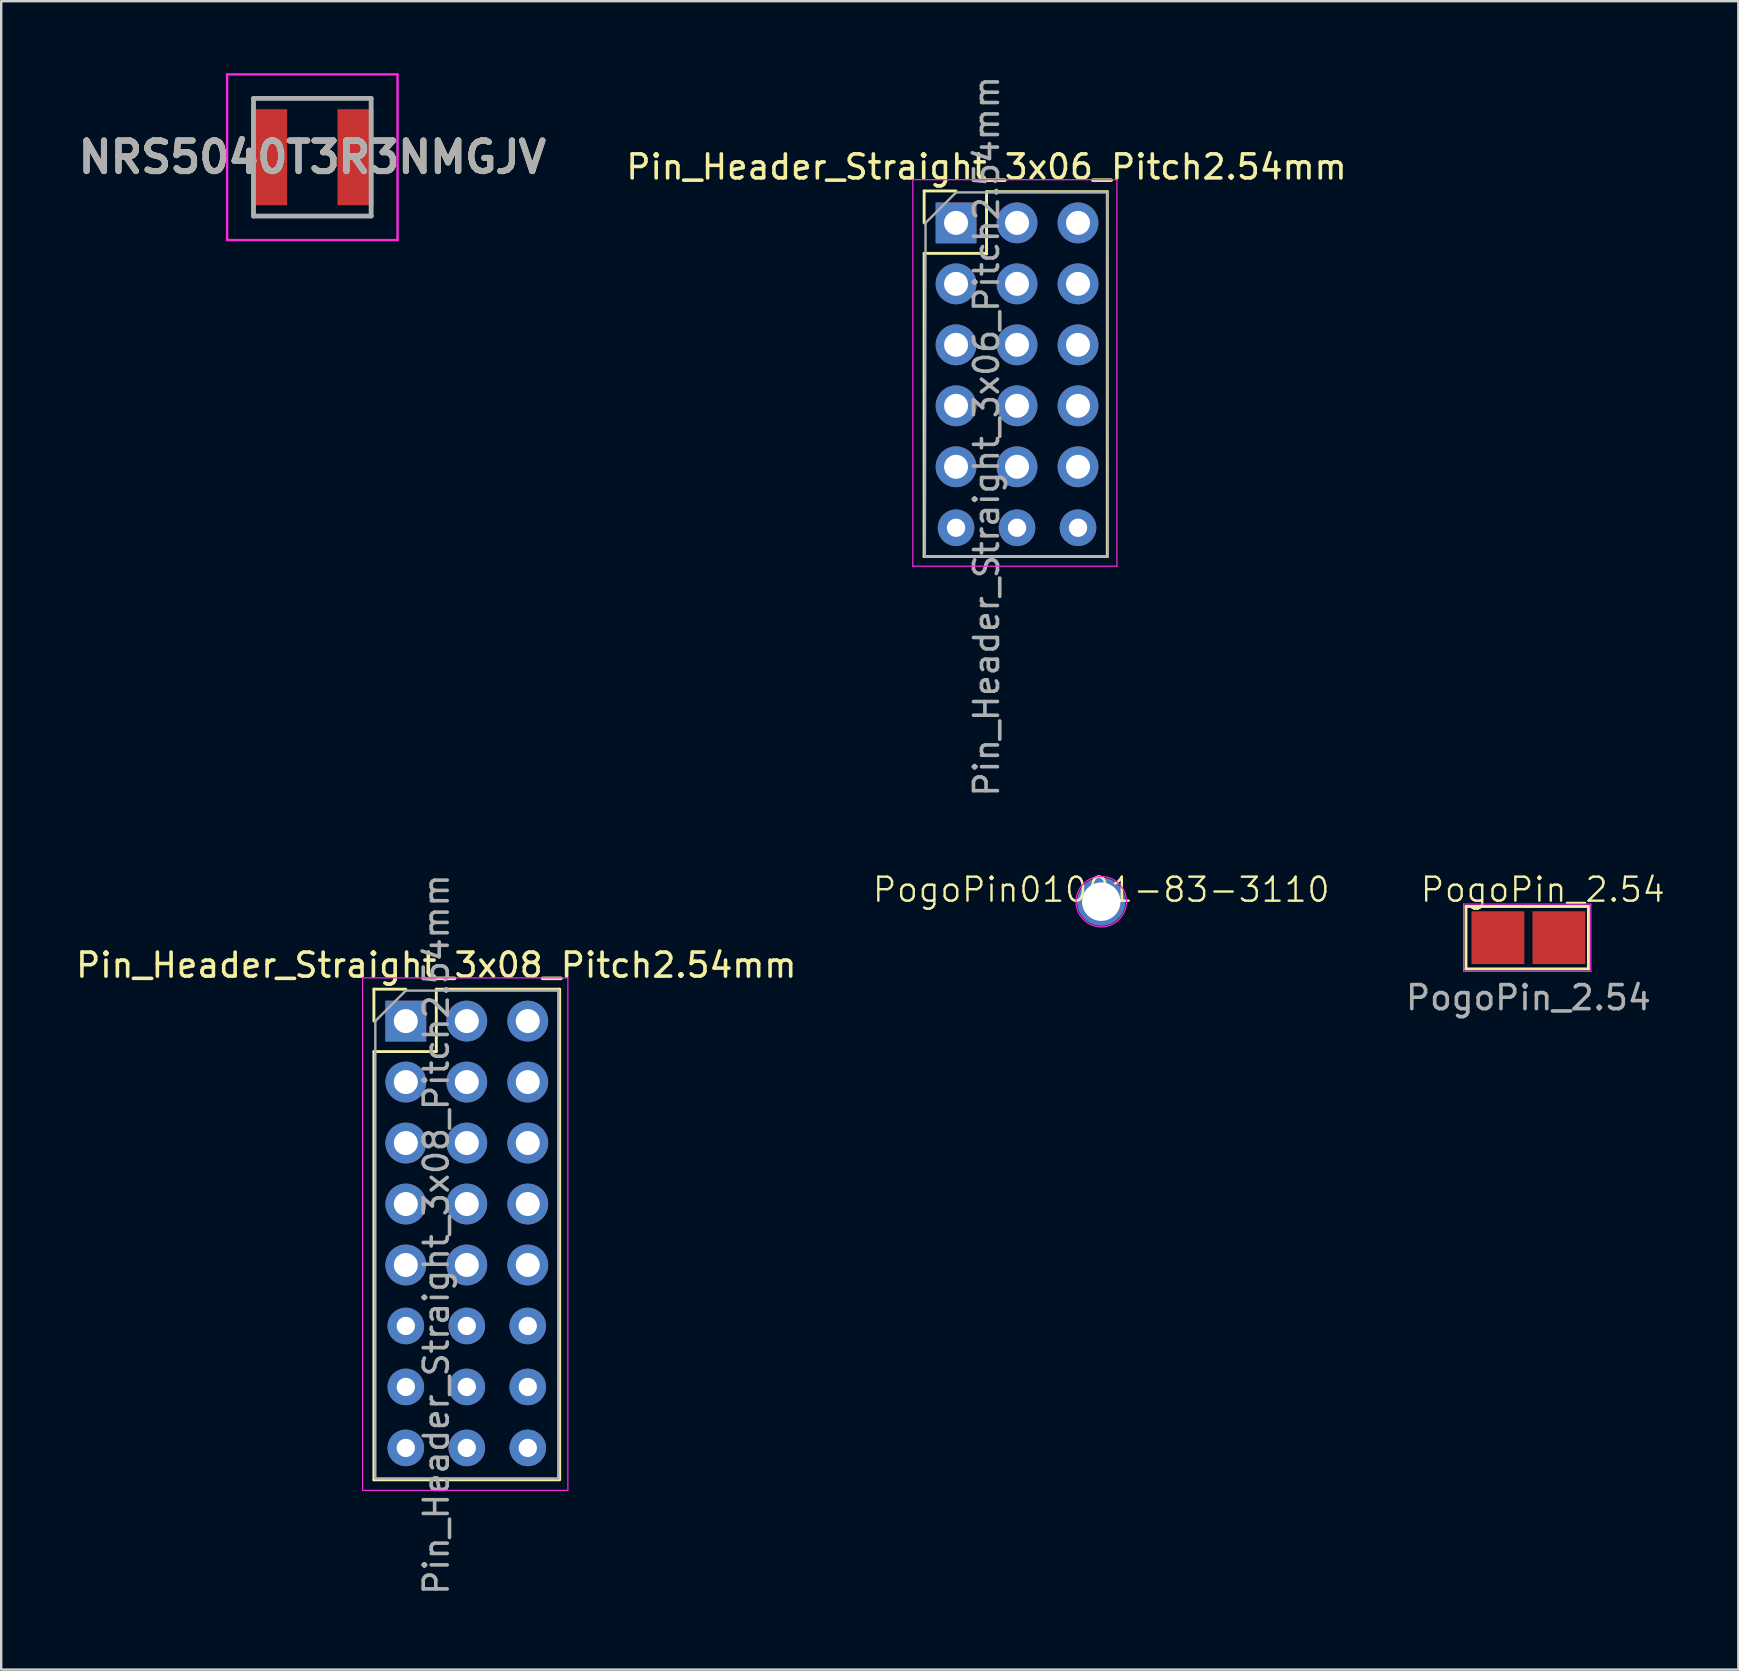
<source format=kicad_pcb>
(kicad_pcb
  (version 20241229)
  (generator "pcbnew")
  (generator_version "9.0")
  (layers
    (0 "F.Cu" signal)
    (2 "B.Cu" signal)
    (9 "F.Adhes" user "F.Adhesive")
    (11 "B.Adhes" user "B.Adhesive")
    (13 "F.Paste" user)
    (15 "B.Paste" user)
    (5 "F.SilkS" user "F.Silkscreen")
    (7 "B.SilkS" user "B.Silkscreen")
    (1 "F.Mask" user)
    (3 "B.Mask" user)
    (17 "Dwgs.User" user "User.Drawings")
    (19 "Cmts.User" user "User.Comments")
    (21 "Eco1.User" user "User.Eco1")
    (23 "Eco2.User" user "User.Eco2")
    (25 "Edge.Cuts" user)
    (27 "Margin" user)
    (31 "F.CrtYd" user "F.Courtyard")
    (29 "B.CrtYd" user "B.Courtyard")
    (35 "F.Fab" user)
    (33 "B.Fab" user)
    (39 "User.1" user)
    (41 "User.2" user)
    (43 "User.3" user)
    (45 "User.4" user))
  (footprint "PogoPin01001-83-3110"
    (layer "F.Cu")
    (at 42.824 34.511)
    (property "Reference" "PogoPin01001-83-3110" (at 0 -0.5 0) (unlocked yes) (layer "F.SilkS") (effects (font (size 1 1) (thickness 0.1))))
    (attr smd)
    (fp_circle (center 0 0) (end 1.05 0) (stroke (width 0.05) (type solid)) (fill no) (layer "F.CrtYd"))
    (pad "1" thru_hole circle (at 0 0) (size 2 2) (drill 1.6) (layers "*.Cu" "*.Mask")))
  (footprint "Pin_Header_Straight_3x06_Pitch2.54mm"
    (layer "F.Cu")
    (at 36.776 6.235)
    (property "Reference" "Pin_Header_Straight_3x06_Pitch2.54mm" (at 1.27 -2.33 0) (layer "F.SilkS") (effects (font (size 1 1) (thickness 0.15))))
    (attr through_hole)
    (fp_line (start -1.33 -1.33) (end 0 -1.33) (stroke (width 0.12) (type solid)) (layer "F.SilkS"))
    (fp_line (start -1.33 0) (end -1.33 -1.33) (stroke (width 0.12) (type solid)) (layer "F.SilkS"))
    (fp_line (start -1.33 1.27) (end -1.33 13.9) (stroke (width 0.12) (type solid)) (layer "F.SilkS"))
    (fp_line (start -1.33 1.27) (end 1.27 1.27) (stroke (width 0.12) (type solid)) (layer "F.SilkS"))
    (fp_line (start -1.33 13.9) (end 6.3 13.9) (stroke (width 0.12) (type solid)) (layer "F.SilkS"))
    (fp_line (start 1.27 -1.3) (end 6.3 -1.3) (stroke (width 0.12) (type solid)) (layer "F.SilkS"))
    (fp_line (start 1.27 1.3) (end 1.27 -1.3) (stroke (width 0.12) (type solid)) (layer "F.SilkS"))
    (fp_line (start 6.3 -1.3) (end 6.3 13.9) (stroke (width 0.12) (type solid)) (layer "F.SilkS"))
    (fp_line (start -1.8 -1.8) (end -1.8 14.3) (stroke (width 0.05) (type solid)) (layer "F.CrtYd"))
    (fp_line (start -1.8 14.3) (end 6.7 14.3) (stroke (width 0.05) (type solid)) (layer "F.CrtYd"))
    (fp_line (start 6.7 -1.8) (end -1.8 -1.8) (stroke (width 0.05) (type solid)) (layer "F.CrtYd"))
    (fp_line (start 6.7 14.3) (end 6.7 -1.8) (stroke (width 0.05) (type solid)) (layer "F.CrtYd"))
    (fp_line (start -1.3 13.9) (end -1.27 0) (stroke (width 0.1) (type solid)) (layer "F.Fab"))
    (fp_line (start -1.27 0) (end 0 -1.27) (stroke (width 0.1) (type solid)) (layer "F.Fab"))
    (fp_line (start 0 -1.27) (end 6.3 -1.27) (stroke (width 0.1) (type solid)) (layer "F.Fab"))
    (fp_line (start 6.3 -1.27) (end 6.32 13.9) (stroke (width 0.1) (type solid)) (layer "F.Fab"))
    (fp_line (start 6.32 13.9) (end -1.3 13.9) (stroke (width 0.1) (type solid)) (layer "F.Fab"))
    (fp_text user "${REFERENCE}" (at 1.27 8.89 90) (layer "F.Fab") (effects (font (size 1 1) (thickness 0.15))))
    (pad "1" thru_hole rect (at 0 0) (size 1.7 1.7) (drill 1) (layers "*.Cu" "*.Mask"))
    (pad "2" thru_hole oval (at 2.54 0) (size 1.7 1.7) (drill 1) (layers "*.Cu" "*.Mask"))
    (pad "3" thru_hole oval (at 5.08 0) (size 1.7 1.7) (drill 1) (layers "*.Cu" "*.Mask"))
    (pad "4" thru_hole oval (at 0 2.54) (size 1.7 1.7) (drill 1) (layers "*.Cu" "*.Mask"))
    (pad "5" thru_hole oval (at 2.54 2.54) (size 1.7 1.7) (drill 1) (layers "*.Cu" "*.Mask"))
    (pad "6" thru_hole oval (at 5.08 2.54) (size 1.7 1.7) (drill 1) (layers "*.Cu" "*.Mask"))
    (pad "7" thru_hole oval (at 0 5.08) (size 1.7 1.7) (drill 1) (layers "*.Cu" "*.Mask"))
    (pad "8" thru_hole oval (at 2.54 5.08) (size 1.7 1.7) (drill 1) (layers "*.Cu" "*.Mask"))
    (pad "9" thru_hole oval (at 5.08 5.08) (size 1.7 1.7) (drill 1) (layers "*.Cu" "*.Mask"))
    (pad "10" thru_hole oval (at 0 7.62) (size 1.7 1.7) (drill 1) (layers "*.Cu" "*.Mask"))
    (pad "11" thru_hole oval (at 2.54 7.62) (size 1.7 1.7) (drill 1) (layers "*.Cu" "*.Mask"))
    (pad "12" thru_hole oval (at 5.08 7.62) (size 1.7 1.7) (drill 1) (layers "*.Cu" "*.Mask"))
    (pad "13" thru_hole oval (at 0 10.16) (size 1.7 1.7) (drill 1) (layers "*.Cu" "*.Mask"))
    (pad "14" thru_hole oval (at 2.54 10.16) (size 1.7 1.7) (drill 1) (layers "*.Cu" "*.Mask"))
    (pad "15" thru_hole oval (at 5.08 10.16) (size 1.7 1.7) (drill 1) (layers "*.Cu" "*.Mask"))
    (pad "16" thru_hole circle (at 0 12.7) (size 1.524 1.524) (drill 0.762) (layers "*.Cu" "*.Mask"))
    (pad "17" thru_hole circle (at 2.54 12.7) (size 1.524 1.524) (drill 0.762) (layers "*.Cu" "*.Mask"))
    (pad "18" thru_hole circle (at 5.08 12.7) (size 1.524 1.524) (drill 0.762) (layers "*.Cu" "*.Mask")))
  (footprint "PogoPin_2.54"
    (layer "F.Cu")
    (at 60.618 36.011)
    (property "Reference" "PogoPin_2.54" (at 0.6 -2 0) (unlocked yes) (layer "F.SilkS") (effects (font (size 1 1) (thickness 0.1))))
    (attr smd)
    (fp_line (start -2.6 -1.3) (end 2.5 -1.3) (stroke (width 0.12) (type solid)) (layer "F.SilkS"))
    (fp_line (start -2.6 1.3) (end -2.6 -1.3) (stroke (width 0.12) (type solid)) (layer "F.SilkS"))
    (fp_line (start -2.6 1.3) (end 2.5 1.3) (stroke (width 0.12) (type solid)) (layer "F.SilkS"))
    (fp_line (start 2.5 1.3) (end 2.5 -1.3) (stroke (width 0.12) (type solid)) (layer "F.SilkS"))
    (fp_line (start -2.7 1.4) (end -2.7 -1.4) (stroke (width 0.05) (type solid)) (layer "F.CrtYd"))
    (fp_line (start 2.6 -1.4) (end -2.7 -1.4) (stroke (width 0.05) (type solid)) (layer "F.CrtYd"))
    (fp_line (start 2.6 1.4) (end -2.7 1.4) (stroke (width 0.05) (type solid)) (layer "F.CrtYd"))
    (fp_line (start 2.6 1.4) (end 2.6 -1.4) (stroke (width 0.05) (type solid)) (layer "F.CrtYd"))
    (fp_text user "${REFERENCE}" (at 0 2.5 0) (unlocked yes) (layer "F.Fab") (effects (font (size 1 1) (thickness 0.15))))
    (pad "1" smd rect (at -1.27 0) (size 2.2 2.2) (layers "F.Cu" "F.Mask"))
    (pad "2" smd rect (at 1.27 0) (size 2.2 2.2) (layers "F.Cu" "F.Mask")))
  (footprint "Pin_Header_Straight_3x08_Pitch2.54mm"
    (layer "F.Cu")
    (at 13.855 39.485)
    (property "Reference" "Pin_Header_Straight_3x08_Pitch2.54mm" (at 1.27 -2.33 0) (layer "F.SilkS") (effects (font (size 1 1) (thickness 0.15))))
    (attr through_hole)
    (fp_line (start -1.33 -1.33) (end 0 -1.33) (stroke (width 0.12) (type solid)) (layer "F.SilkS"))
    (fp_line (start -1.33 0) (end -1.33 -1.33) (stroke (width 0.12) (type solid)) (layer "F.SilkS"))
    (fp_line (start -1.33 1.27) (end -1.33 19.11) (stroke (width 0.12) (type solid)) (layer "F.SilkS"))
    (fp_line (start -1.33 1.27) (end 1.27 1.27) (stroke (width 0.12) (type solid)) (layer "F.SilkS"))
    (fp_line (start -1.33 19.11) (end 6.35 19.11) (stroke (width 0.12) (type solid)) (layer "F.SilkS"))
    (fp_line (start 1.27 -1.33) (end 6.41 -1.33) (stroke (width 0.12) (type solid)) (layer "F.SilkS"))
    (fp_line (start 1.27 1.27) (end 1.27 -1.33) (stroke (width 0.12) (type solid)) (layer "F.SilkS"))
    (fp_line (start 6.41 -1.33) (end 6.41 19.11) (stroke (width 0.12) (type solid)) (layer "F.SilkS"))
    (fp_line (start -1.8 -1.8) (end -1.8 19.55) (stroke (width 0.05) (type solid)) (layer "F.CrtYd"))
    (fp_line (start -1.8 19.55) (end 6.75 19.55) (stroke (width 0.05) (type solid)) (layer "F.CrtYd"))
    (fp_line (start 6.75 -1.8) (end -1.8 -1.8) (stroke (width 0.05) (type solid)) (layer "F.CrtYd"))
    (fp_line (start 6.75 19.55) (end 6.75 -1.8) (stroke (width 0.05) (type solid)) (layer "F.CrtYd"))
    (fp_line (start -1.27 0) (end 0 -1.27) (stroke (width 0.1) (type solid)) (layer "F.Fab"))
    (fp_line (start -1.27 19.05) (end -1.27 0) (stroke (width 0.1) (type solid)) (layer "F.Fab"))
    (fp_line (start 0 -1.27) (end 6.35 -1.27) (stroke (width 0.1) (type solid)) (layer "F.Fab"))
    (fp_line (start 6.35 -1.27) (end 6.35 19.05) (stroke (width 0.1) (type solid)) (layer "F.Fab"))
    (fp_line (start 6.35 19.05) (end -1.27 19.05) (stroke (width 0.1) (type solid)) (layer "F.Fab"))
    (fp_text user "${REFERENCE}" (at 1.27 8.89 90) (layer "F.Fab") (effects (font (size 1 1) (thickness 0.15))))
    (pad "1" thru_hole rect (at 0 0) (size 1.7 1.7) (drill 1) (layers "*.Cu" "*.Mask"))
    (pad "2" thru_hole oval (at 2.54 0) (size 1.7 1.7) (drill 1) (layers "*.Cu" "*.Mask"))
    (pad "3" thru_hole oval (at 5.08 0) (size 1.7 1.7) (drill 1) (layers "*.Cu" "*.Mask"))
    (pad "4" thru_hole oval (at 0 2.54) (size 1.7 1.7) (drill 1) (layers "*.Cu" "*.Mask"))
    (pad "5" thru_hole oval (at 2.54 2.54) (size 1.7 1.7) (drill 1) (layers "*.Cu" "*.Mask"))
    (pad "6" thru_hole oval (at 5.08 2.54) (size 1.7 1.7) (drill 1) (layers "*.Cu" "*.Mask"))
    (pad "7" thru_hole oval (at 0 5.08) (size 1.7 1.7) (drill 1) (layers "*.Cu" "*.Mask"))
    (pad "8" thru_hole oval (at 2.54 5.08) (size 1.7 1.7) (drill 1) (layers "*.Cu" "*.Mask"))
    (pad "9" thru_hole oval (at 5.08 5.08) (size 1.7 1.7) (drill 1) (layers "*.Cu" "*.Mask"))
    (pad "10" thru_hole oval (at 0 7.62) (size 1.7 1.7) (drill 1) (layers "*.Cu" "*.Mask"))
    (pad "11" thru_hole oval (at 2.54 7.62) (size 1.7 1.7) (drill 1) (layers "*.Cu" "*.Mask"))
    (pad "12" thru_hole oval (at 5.08 7.62) (size 1.7 1.7) (drill 1) (layers "*.Cu" "*.Mask"))
    (pad "13" thru_hole oval (at 0 10.16) (size 1.7 1.7) (drill 1) (layers "*.Cu" "*.Mask"))
    (pad "14" thru_hole oval (at 2.54 10.16) (size 1.7 1.7) (drill 1) (layers "*.Cu" "*.Mask"))
    (pad "15" thru_hole oval (at 5.08 10.16) (size 1.7 1.7) (drill 1) (layers "*.Cu" "*.Mask"))
    (pad "16" thru_hole circle (at 0 12.7) (size 1.524 1.524) (drill 0.762) (layers "*.Cu" "*.Mask"))
    (pad "17" thru_hole circle (at 2.54 12.7) (size 1.524 1.524) (drill 0.762) (layers "*.Cu" "*.Mask"))
    (pad "18" thru_hole circle (at 5.08 12.7) (size 1.524 1.524) (drill 0.762) (layers "*.Cu" "*.Mask"))
    (pad "19" thru_hole circle (at 0 15.24) (size 1.524 1.524) (drill 0.762) (layers "*.Cu" "*.Mask"))
    (pad "20" thru_hole circle (at 2.54 15.24) (size 1.524 1.524) (drill 0.762) (layers "*.Cu" "*.Mask"))
    (pad "21" thru_hole circle (at 5.08 15.24) (size 1.524 1.524) (drill 0.762) (layers "*.Cu" "*.Mask"))
    (pad "22" thru_hole circle (at 0 17.78) (size 1.524 1.524) (drill 0.762) (layers "*.Cu" "*.Mask"))
    (pad "23" thru_hole circle (at 2.54 17.78) (size 1.524 1.524) (drill 0.762) (layers "*.Cu" "*.Mask"))
    (pad "24" thru_hole circle (at 5.08 17.78) (size 1.524 1.524) (drill 0.762) (layers "*.Cu" "*.Mask")))
  (footprint "NRS5040T3R3NMGJV"
    (layer "F.Cu")
    (at 9.96 3.5)
    (property "Reference" "NRS5040T3R3NMGJV" (at 0 0 0) (layer "F.SilkS") (effects (font (size 1.27 1.27) (thickness 0.254))))
    (attr smd)
    (fp_line (start -2.5 -2.45) (end 2.45 -2.45) (stroke (width 0.1) (type solid)) (layer "F.SilkS"))
    (fp_line (start -2.45 2.45) (end 2.5 2.45) (stroke (width 0.1) (type solid)) (layer "F.SilkS"))
    (fp_line (start -3.55 -3.45) (end 3.55 -3.45) (stroke (width 0.1) (type solid)) (layer "F.CrtYd"))
    (fp_line (start -3.55 3.45) (end -3.55 -3.45) (stroke (width 0.1) (type solid)) (layer "F.CrtYd"))
    (fp_line (start 3.55 -3.45) (end 3.55 3.45) (stroke (width 0.1) (type solid)) (layer "F.CrtYd"))
    (fp_line (start 3.55 3.45) (end -3.55 3.45) (stroke (width 0.1) (type solid)) (layer "F.CrtYd"))
    (fp_line (start -2.45 -2.45) (end 2.45 -2.45) (stroke (width 0.2) (type solid)) (layer "F.Fab"))
    (fp_line (start -2.45 2.45) (end -2.45 -2.45) (stroke (width 0.2) (type solid)) (layer "F.Fab"))
    (fp_line (start 2.45 -2.45) (end 2.45 2.45) (stroke (width 0.2) (type solid)) (layer "F.Fab"))
    (fp_line (start 2.45 2.45) (end -2.45 2.45) (stroke (width 0.2) (type solid)) (layer "F.Fab"))
    (fp_text user "${REFERENCE}" (at 0 0 0) (layer "F.Fab") (effects (font (size 1.27 1.27) (thickness 0.254))))
    (pad "1" smd rect (at -1.8 0) (size 1.5 4) (layers "F.Cu" "F.Mask" "F.Paste"))
    (pad "2" smd rect (at 1.8 0) (size 1.5 4) (layers "F.Cu" "F.Mask" "F.Paste")))
  (gr_rect
    (start -3 -3)
    (end 69.363 66.5)
    (stroke (width 0.1) (type default))
    (fill no)
    (layer "Edge.Cuts")))
</source>
